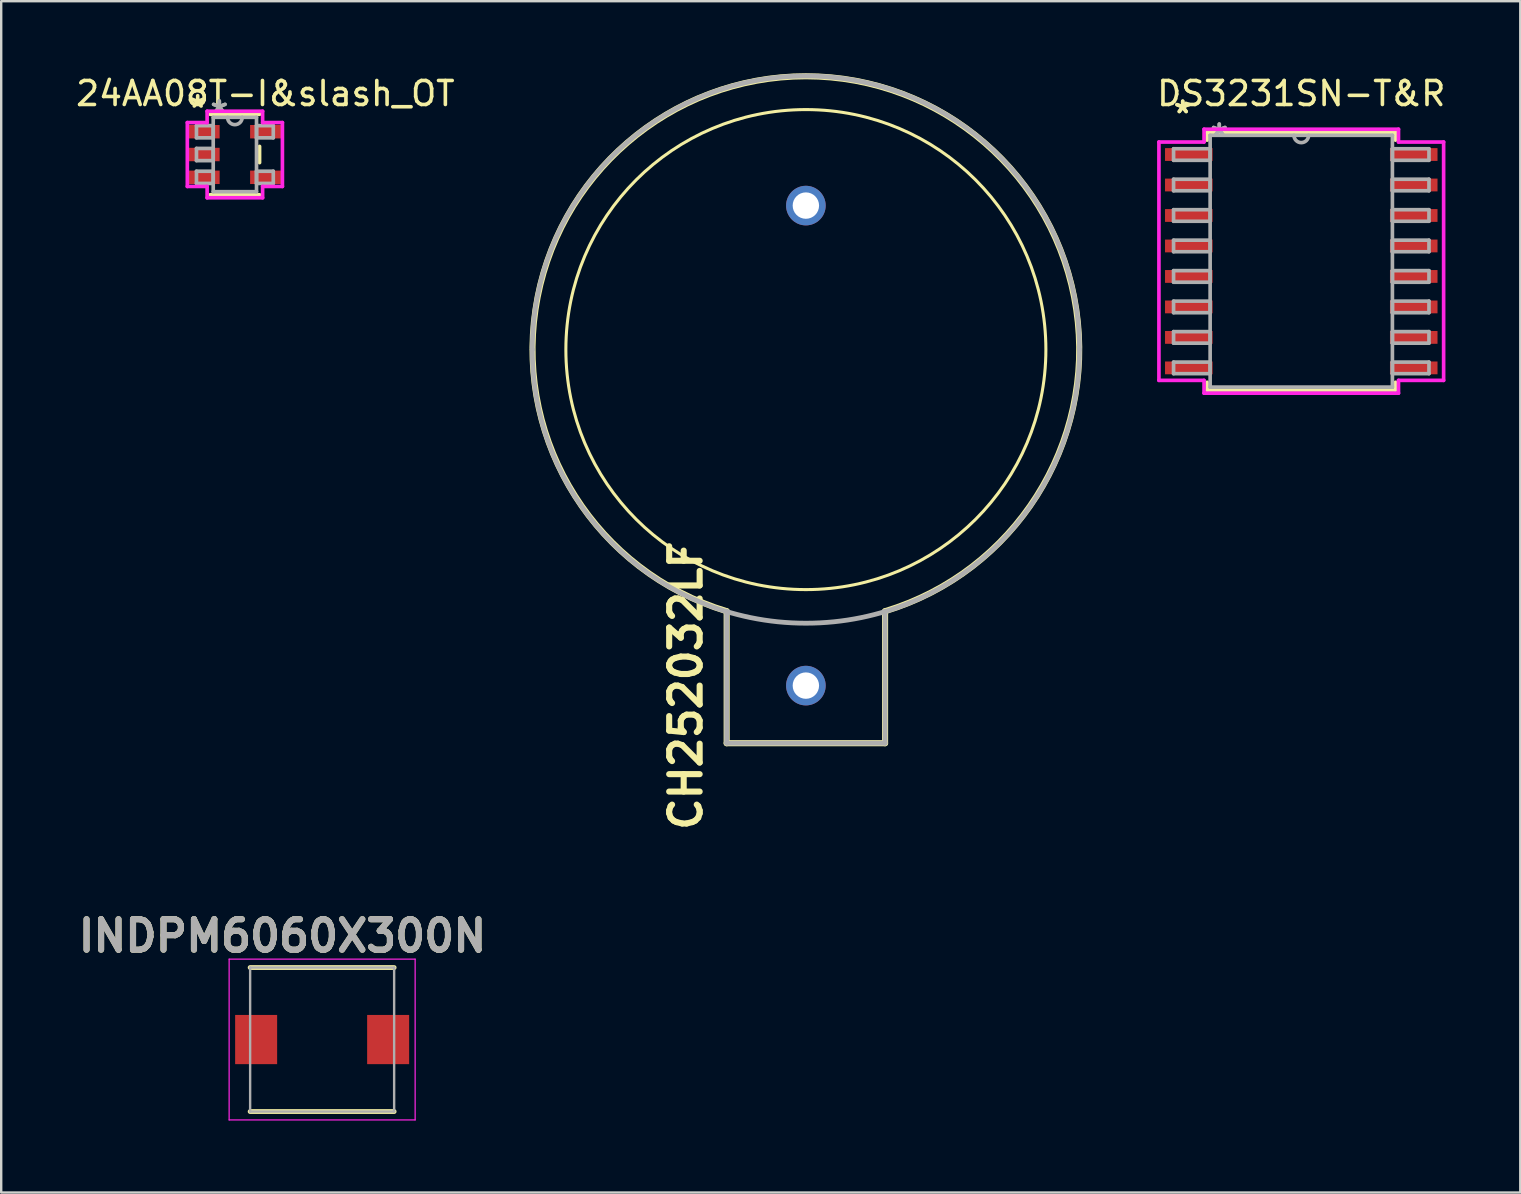
<source format=kicad_pcb>
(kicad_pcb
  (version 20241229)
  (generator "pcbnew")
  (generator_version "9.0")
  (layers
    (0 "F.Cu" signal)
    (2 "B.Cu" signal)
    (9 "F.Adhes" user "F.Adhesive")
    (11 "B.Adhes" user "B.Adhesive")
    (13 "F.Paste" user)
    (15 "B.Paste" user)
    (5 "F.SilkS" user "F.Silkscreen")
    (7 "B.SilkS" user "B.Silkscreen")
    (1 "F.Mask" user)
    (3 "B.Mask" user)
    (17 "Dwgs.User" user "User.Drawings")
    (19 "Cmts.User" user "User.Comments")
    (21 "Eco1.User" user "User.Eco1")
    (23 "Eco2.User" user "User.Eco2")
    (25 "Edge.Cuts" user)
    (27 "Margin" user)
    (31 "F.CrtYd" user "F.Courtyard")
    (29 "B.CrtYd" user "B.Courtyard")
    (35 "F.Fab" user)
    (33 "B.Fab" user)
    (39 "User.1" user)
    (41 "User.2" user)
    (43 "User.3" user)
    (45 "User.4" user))
  (footprint "CH252032LF"
    (layer "F.Cu")
    (at 30.527 5.516)
    (property "Reference" "CH252032LF" (at -5 20 90) (layer "F.SilkS") (effects (font (size 1.27 1.27) (thickness 0.254))))
    (attr through_hole)
    (fp_line (start -11.4 6) (end -11.4 6) (stroke (width 0.1) (type solid)) (layer "F.SilkS"))
    (fp_line (start -3.3 16.9) (end -3.3 22.4) (stroke (width 0.254) (type solid)) (layer "F.SilkS"))
    (fp_line (start -3.3 22.4) (end 3.3 22.4) (stroke (width 0.254) (type solid)) (layer "F.SilkS"))
    (fp_line (start 3.3 22.4) (end 3.3 16.9) (stroke (width 0.254) (type solid)) (layer "F.SilkS"))
    (fp_line (start 11.4 6) (end 11.4 6) (stroke (width 0.1) (type solid)) (layer "F.SilkS"))
    (fp_arc (start -3.3 16.9) (mid 0 -5.388591) (end 3.3 16.9) (stroke (width 0.254) (type solid)) (layer "F.SilkS"))
    (fp_circle (center 0 6) (end 10 6) (stroke (width 0.127) (type solid)) (fill no) (layer "F.SilkS"))
    (fp_line (start -11.4 6) (end -11.4 6) (stroke (width 0.2) (type solid)) (layer "F.Fab"))
    (fp_line (start -3.3 16.9) (end -3.3 22.4) (stroke (width 0.2) (type solid)) (layer "F.Fab"))
    (fp_line (start -3.3 22.4) (end 3.3 22.4) (stroke (width 0.2) (type solid)) (layer "F.Fab"))
    (fp_line (start 3.3 22.4) (end 3.3 16.9) (stroke (width 0.2) (type solid)) (layer "F.Fab"))
    (fp_line (start 11.4 6) (end 11.4 6) (stroke (width 0.2) (type solid)) (layer "F.Fab"))
    (fp_arc (start -11.4 6) (mid 0 -5.4) (end 11.4 6) (stroke (width 0.2) (type solid)) (layer "F.Fab"))
    (fp_arc (start 11.4 6) (mid 0 17.4) (end -11.4 6) (stroke (width 0.2) (type solid)) (layer "F.Fab"))
    (pad "1" thru_hole circle (at 0 20) (size 1.65 1.65) (drill 1.1) (layers "*.Cu" "*.Mask"))
    (pad "2" thru_hole circle (at 0 0) (size 1.65 1.65) (drill 1.1) (layers "*.Cu" "*.Mask")))
  (footprint "24AA08T-I&slash_OT"
    (layer "F.Cu")
    (at 6.736 3.388)
    (property "Reference" "24AA08T-I&slash_OT" (at 1.27 -2.54 0) (layer "F.SilkS") (effects (font (size 1 1) (thickness 0.15))))
    (attr smd)
    (fp_line (start -1.029 1.676) (end 1.029 1.676) (stroke (width 0.152) (type solid)) (layer "F.SilkS"))
    (fp_line (start 1.029 -1.676) (end -1.029 -1.676) (stroke (width 0.152) (type solid)) (layer "F.SilkS"))
    (fp_line (start 1.029 0.338) (end 1.029 -0.338) (stroke (width 0.152) (type solid)) (layer "F.SilkS"))
    (fp_line (start -1.981 -1.331) (end -1.156 -1.331) (stroke (width 0.152) (type solid)) (layer "F.CrtYd"))
    (fp_line (start -1.981 1.331) (end -1.981 -1.331) (stroke (width 0.152) (type solid)) (layer "F.CrtYd"))
    (fp_line (start -1.156 -1.803) (end 1.156 -1.803) (stroke (width 0.152) (type solid)) (layer "F.CrtYd"))
    (fp_line (start -1.156 -1.331) (end -1.156 -1.803) (stroke (width 0.152) (type solid)) (layer "F.CrtYd"))
    (fp_line (start -1.156 1.331) (end -1.981 1.331) (stroke (width 0.152) (type solid)) (layer "F.CrtYd"))
    (fp_line (start -1.156 1.803) (end -1.156 1.331) (stroke (width 0.152) (type solid)) (layer "F.CrtYd"))
    (fp_line (start 1.156 -1.803) (end 1.156 -1.331) (stroke (width 0.152) (type solid)) (layer "F.CrtYd"))
    (fp_line (start 1.156 -1.331) (end 1.981 -1.331) (stroke (width 0.152) (type solid)) (layer "F.CrtYd"))
    (fp_line (start 1.156 1.331) (end 1.156 1.803) (stroke (width 0.152) (type solid)) (layer "F.CrtYd"))
    (fp_line (start 1.156 1.803) (end -1.156 1.803) (stroke (width 0.152) (type solid)) (layer "F.CrtYd"))
    (fp_line (start 1.981 -1.331) (end 1.981 1.331) (stroke (width 0.152) (type solid)) (layer "F.CrtYd"))
    (fp_line (start 1.981 1.331) (end 1.156 1.331) (stroke (width 0.152) (type solid)) (layer "F.CrtYd"))
    (fp_line (start -1.6 -1.204) (end -1.6 -0.696) (stroke (width 0.152) (type solid)) (layer "F.Fab"))
    (fp_line (start -1.6 -0.696) (end -0.902 -0.696) (stroke (width 0.152) (type solid)) (layer "F.Fab"))
    (fp_line (start -1.6 -0.254) (end -1.6 0.254) (stroke (width 0.152) (type solid)) (layer "F.Fab"))
    (fp_line (start -1.6 0.254) (end -0.902 0.254) (stroke (width 0.152) (type solid)) (layer "F.Fab"))
    (fp_line (start -1.6 0.696) (end -1.6 1.204) (stroke (width 0.152) (type solid)) (layer "F.Fab"))
    (fp_line (start -1.6 1.204) (end -0.902 1.204) (stroke (width 0.152) (type solid)) (layer "F.Fab"))
    (fp_line (start -0.902 -1.549) (end -0.902 1.549) (stroke (width 0.152) (type solid)) (layer "F.Fab"))
    (fp_line (start -0.902 -1.204) (end -1.6 -1.204) (stroke (width 0.152) (type solid)) (layer "F.Fab"))
    (fp_line (start -0.902 -0.696) (end -0.902 -1.204) (stroke (width 0.152) (type solid)) (layer "F.Fab"))
    (fp_line (start -0.902 -0.254) (end -1.6 -0.254) (stroke (width 0.152) (type solid)) (layer "F.Fab"))
    (fp_line (start -0.902 0.254) (end -0.902 -0.254) (stroke (width 0.152) (type solid)) (layer "F.Fab"))
    (fp_line (start -0.902 0.696) (end -1.6 0.696) (stroke (width 0.152) (type solid)) (layer "F.Fab"))
    (fp_line (start -0.902 1.204) (end -0.902 0.696) (stroke (width 0.152) (type solid)) (layer "F.Fab"))
    (fp_line (start -0.902 1.549) (end 0.902 1.549) (stroke (width 0.152) (type solid)) (layer "F.Fab"))
    (fp_line (start 0.902 -1.549) (end -0.902 -1.549) (stroke (width 0.152) (type solid)) (layer "F.Fab"))
    (fp_line (start 0.902 -1.204) (end 0.902 -0.696) (stroke (width 0.152) (type solid)) (layer "F.Fab"))
    (fp_line (start 0.902 -0.696) (end 1.6 -0.696) (stroke (width 0.152) (type solid)) (layer "F.Fab"))
    (fp_line (start 0.902 0.696) (end 0.902 1.204) (stroke (width 0.152) (type solid)) (layer "F.Fab"))
    (fp_line (start 0.902 1.204) (end 1.6 1.204) (stroke (width 0.152) (type solid)) (layer "F.Fab"))
    (fp_line (start 0.902 1.549) (end 0.902 -1.549) (stroke (width 0.152) (type solid)) (layer "F.Fab"))
    (fp_line (start 1.6 -1.204) (end 0.902 -1.204) (stroke (width 0.152) (type solid)) (layer "F.Fab"))
    (fp_line (start 1.6 -0.696) (end 1.6 -1.204) (stroke (width 0.152) (type solid)) (layer "F.Fab"))
    (fp_line (start 1.6 0.696) (end 0.902 0.696) (stroke (width 0.152) (type solid)) (layer "F.Fab"))
    (fp_line (start 1.6 1.204) (end 1.6 0.696) (stroke (width 0.152) (type solid)) (layer "F.Fab"))
    (fp_arc (start 0.3048 -1.5494) (mid 0 -1.2446) (end -0.3048 -1.5494) (stroke (width 0.1524) (type solid)) (layer "F.Fab"))
    (fp_text user "*" (at -1.549 -1.905 0) (layer "F.SilkS") (effects (font (size 1 1) (thickness 0.15))))
    (fp_text user "*" (at -0.648 -1.687 0) (layer "F.Fab") (effects (font (size 1 1) (thickness 0.15))))
    (fp_text user "*" (at -0.648 -1.687 0) (layer "F.Fab") (effects (font (size 1 1) (thickness 0.15))))
    (pad "1" smd rect (at -1.295 -0.95) (size 1.321 0.559) (layers "F.Cu" "F.Mask" "F.Paste"))
    (pad "2" smd rect (at -1.295 0) (size 1.321 0.559) (layers "F.Cu" "F.Mask" "F.Paste"))
    (pad "3" smd rect (at -1.295 0.95) (size 1.321 0.559) (layers "F.Cu" "F.Mask" "F.Paste"))
    (pad "4" smd rect (at 1.295 0.95) (size 1.321 0.559) (layers "F.Cu" "F.Mask" "F.Paste"))
    (pad "5" smd rect (at 1.295 -0.95) (size 1.321 0.559) (layers "F.Cu" "F.Mask" "F.Paste")))
  (footprint "DS3231SN-T&R"
    (layer "F.Cu")
    (at 51.168 7.833)
    (property "Reference" "DS3231SN-T&R" (at 0 -6.985 0) (layer "F.SilkS") (effects (font (size 1 1) (thickness 0.15))))
    (attr smd)
    (fp_line (start -3.924 -5.372) (end -3.924 -5.044) (stroke (width 0.152) (type solid)) (layer "F.SilkS"))
    (fp_line (start -3.924 5.044) (end -3.924 5.372) (stroke (width 0.152) (type solid)) (layer "F.SilkS"))
    (fp_line (start -3.924 5.372) (end 3.924 5.372) (stroke (width 0.152) (type solid)) (layer "F.SilkS"))
    (fp_line (start 3.924 -5.372) (end -3.924 -5.372) (stroke (width 0.152) (type solid)) (layer "F.SilkS"))
    (fp_line (start 3.924 -5.044) (end 3.924 -5.372) (stroke (width 0.152) (type solid)) (layer "F.SilkS"))
    (fp_line (start 3.924 5.372) (end 3.924 5.044) (stroke (width 0.152) (type solid)) (layer "F.SilkS"))
    (fp_line (start -5.931 -4.966) (end -4.051 -4.966) (stroke (width 0.152) (type solid)) (layer "F.CrtYd"))
    (fp_line (start -5.931 4.966) (end -5.931 -4.966) (stroke (width 0.152) (type solid)) (layer "F.CrtYd"))
    (fp_line (start -4.051 -5.499) (end 4.051 -5.499) (stroke (width 0.152) (type solid)) (layer "F.CrtYd"))
    (fp_line (start -4.051 -4.966) (end -4.051 -5.499) (stroke (width 0.152) (type solid)) (layer "F.CrtYd"))
    (fp_line (start -4.051 4.966) (end -5.931 4.966) (stroke (width 0.152) (type solid)) (layer "F.CrtYd"))
    (fp_line (start -4.051 5.499) (end -4.051 4.966) (stroke (width 0.152) (type solid)) (layer "F.CrtYd"))
    (fp_line (start 4.051 -5.499) (end 4.051 -4.966) (stroke (width 0.152) (type solid)) (layer "F.CrtYd"))
    (fp_line (start 4.051 -4.966) (end 5.931 -4.966) (stroke (width 0.152) (type solid)) (layer "F.CrtYd"))
    (fp_line (start 4.051 4.966) (end 4.051 5.499) (stroke (width 0.152) (type solid)) (layer "F.CrtYd"))
    (fp_line (start 4.051 5.499) (end -4.051 5.499) (stroke (width 0.152) (type solid)) (layer "F.CrtYd"))
    (fp_line (start 5.931 -4.966) (end 5.931 4.966) (stroke (width 0.152) (type solid)) (layer "F.CrtYd"))
    (fp_line (start 5.931 4.966) (end 4.051 4.966) (stroke (width 0.152) (type solid)) (layer "F.CrtYd"))
    (fp_line (start -5.321 -4.686) (end -5.321 -4.204) (stroke (width 0.152) (type solid)) (layer "F.Fab"))
    (fp_line (start -5.321 -4.204) (end -3.797 -4.204) (stroke (width 0.152) (type solid)) (layer "F.Fab"))
    (fp_line (start -5.321 -3.416) (end -5.321 -2.934) (stroke (width 0.152) (type solid)) (layer "F.Fab"))
    (fp_line (start -5.321 -2.934) (end -3.797 -2.934) (stroke (width 0.152) (type solid)) (layer "F.Fab"))
    (fp_line (start -5.321 -2.146) (end -5.321 -1.664) (stroke (width 0.152) (type solid)) (layer "F.Fab"))
    (fp_line (start -5.321 -1.664) (end -3.797 -1.664) (stroke (width 0.152) (type solid)) (layer "F.Fab"))
    (fp_line (start -5.321 -0.876) (end -5.321 -0.394) (stroke (width 0.152) (type solid)) (layer "F.Fab"))
    (fp_line (start -5.321 -0.394) (end -3.797 -0.394) (stroke (width 0.152) (type solid)) (layer "F.Fab"))
    (fp_line (start -5.321 0.394) (end -5.321 0.876) (stroke (width 0.152) (type solid)) (layer "F.Fab"))
    (fp_line (start -5.321 0.876) (end -3.797 0.876) (stroke (width 0.152) (type solid)) (layer "F.Fab"))
    (fp_line (start -5.321 1.664) (end -5.321 2.146) (stroke (width 0.152) (type solid)) (layer "F.Fab"))
    (fp_line (start -5.321 2.146) (end -3.797 2.146) (stroke (width 0.152) (type solid)) (layer "F.Fab"))
    (fp_line (start -5.321 2.934) (end -5.321 3.416) (stroke (width 0.152) (type solid)) (layer "F.Fab"))
    (fp_line (start -5.321 3.416) (end -3.797 3.416) (stroke (width 0.152) (type solid)) (layer "F.Fab"))
    (fp_line (start -5.321 4.204) (end -5.321 4.686) (stroke (width 0.152) (type solid)) (layer "F.Fab"))
    (fp_line (start -5.321 4.686) (end -3.797 4.686) (stroke (width 0.152) (type solid)) (layer "F.Fab"))
    (fp_line (start -3.797 -5.245) (end -3.797 5.245) (stroke (width 0.152) (type solid)) (layer "F.Fab"))
    (fp_line (start -3.797 -4.686) (end -5.321 -4.686) (stroke (width 0.152) (type solid)) (layer "F.Fab"))
    (fp_line (start -3.797 -4.204) (end -3.797 -4.686) (stroke (width 0.152) (type solid)) (layer "F.Fab"))
    (fp_line (start -3.797 -3.416) (end -5.321 -3.416) (stroke (width 0.152) (type solid)) (layer "F.Fab"))
    (fp_line (start -3.797 -2.934) (end -3.797 -3.416) (stroke (width 0.152) (type solid)) (layer "F.Fab"))
    (fp_line (start -3.797 -2.146) (end -5.321 -2.146) (stroke (width 0.152) (type solid)) (layer "F.Fab"))
    (fp_line (start -3.797 -1.664) (end -3.797 -2.146) (stroke (width 0.152) (type solid)) (layer "F.Fab"))
    (fp_line (start -3.797 -0.876) (end -5.321 -0.876) (stroke (width 0.152) (type solid)) (layer "F.Fab"))
    (fp_line (start -3.797 -0.394) (end -3.797 -0.876) (stroke (width 0.152) (type solid)) (layer "F.Fab"))
    (fp_line (start -3.797 0.394) (end -5.321 0.394) (stroke (width 0.152) (type solid)) (layer "F.Fab"))
    (fp_line (start -3.797 0.876) (end -3.797 0.394) (stroke (width 0.152) (type solid)) (layer "F.Fab"))
    (fp_line (start -3.797 1.664) (end -5.321 1.664) (stroke (width 0.152) (type solid)) (layer "F.Fab"))
    (fp_line (start -3.797 2.146) (end -3.797 1.664) (stroke (width 0.152) (type solid)) (layer "F.Fab"))
    (fp_line (start -3.797 2.934) (end -5.321 2.934) (stroke (width 0.152) (type solid)) (layer "F.Fab"))
    (fp_line (start -3.797 3.416) (end -3.797 2.934) (stroke (width 0.152) (type solid)) (layer "F.Fab"))
    (fp_line (start -3.797 4.204) (end -5.321 4.204) (stroke (width 0.152) (type solid)) (layer "F.Fab"))
    (fp_line (start -3.797 4.686) (end -3.797 4.204) (stroke (width 0.152) (type solid)) (layer "F.Fab"))
    (fp_line (start -3.797 5.245) (end 3.797 5.245) (stroke (width 0.152) (type solid)) (layer "F.Fab"))
    (fp_line (start 3.797 -5.245) (end -3.797 -5.245) (stroke (width 0.152) (type solid)) (layer "F.Fab"))
    (fp_line (start 3.797 -4.686) (end 3.797 -4.204) (stroke (width 0.152) (type solid)) (layer "F.Fab"))
    (fp_line (start 3.797 -4.204) (end 5.321 -4.204) (stroke (width 0.152) (type solid)) (layer "F.Fab"))
    (fp_line (start 3.797 -3.416) (end 3.797 -2.934) (stroke (width 0.152) (type solid)) (layer "F.Fab"))
    (fp_line (start 3.797 -2.934) (end 5.321 -2.934) (stroke (width 0.152) (type solid)) (layer "F.Fab"))
    (fp_line (start 3.797 -2.146) (end 3.797 -1.664) (stroke (width 0.152) (type solid)) (layer "F.Fab"))
    (fp_line (start 3.797 -1.664) (end 5.321 -1.664) (stroke (width 0.152) (type solid)) (layer "F.Fab"))
    (fp_line (start 3.797 -0.876) (end 3.797 -0.394) (stroke (width 0.152) (type solid)) (layer "F.Fab"))
    (fp_line (start 3.797 -0.394) (end 5.321 -0.394) (stroke (width 0.152) (type solid)) (layer "F.Fab"))
    (fp_line (start 3.797 0.394) (end 3.797 0.876) (stroke (width 0.152) (type solid)) (layer "F.Fab"))
    (fp_line (start 3.797 0.876) (end 5.321 0.876) (stroke (width 0.152) (type solid)) (layer "F.Fab"))
    (fp_line (start 3.797 1.664) (end 3.797 2.146) (stroke (width 0.152) (type solid)) (layer "F.Fab"))
    (fp_line (start 3.797 2.146) (end 5.321 2.146) (stroke (width 0.152) (type solid)) (layer "F.Fab"))
    (fp_line (start 3.797 2.934) (end 3.797 3.416) (stroke (width 0.152) (type solid)) (layer "F.Fab"))
    (fp_line (start 3.797 3.416) (end 5.321 3.416) (stroke (width 0.152) (type solid)) (layer "F.Fab"))
    (fp_line (start 3.797 4.204) (end 3.797 4.686) (stroke (width 0.152) (type solid)) (layer "F.Fab"))
    (fp_line (start 3.797 4.686) (end 5.321 4.686) (stroke (width 0.152) (type solid)) (layer "F.Fab"))
    (fp_line (start 3.797 5.245) (end 3.797 -5.245) (stroke (width 0.152) (type solid)) (layer "F.Fab"))
    (fp_line (start 5.321 -4.686) (end 3.797 -4.686) (stroke (width 0.152) (type solid)) (layer "F.Fab"))
    (fp_line (start 5.321 -4.204) (end 5.321 -4.686) (stroke (width 0.152) (type solid)) (layer "F.Fab"))
    (fp_line (start 5.321 -3.416) (end 3.797 -3.416) (stroke (width 0.152) (type solid)) (layer "F.Fab"))
    (fp_line (start 5.321 -2.934) (end 5.321 -3.416) (stroke (width 0.152) (type solid)) (layer "F.Fab"))
    (fp_line (start 5.321 -2.146) (end 3.797 -2.146) (stroke (width 0.152) (type solid)) (layer "F.Fab"))
    (fp_line (start 5.321 -1.664) (end 5.321 -2.146) (stroke (width 0.152) (type solid)) (layer "F.Fab"))
    (fp_line (start 5.321 -0.876) (end 3.797 -0.876) (stroke (width 0.152) (type solid)) (layer "F.Fab"))
    (fp_line (start 5.321 -0.394) (end 5.321 -0.876) (stroke (width 0.152) (type solid)) (layer "F.Fab"))
    (fp_line (start 5.321 0.394) (end 3.797 0.394) (stroke (width 0.152) (type solid)) (layer "F.Fab"))
    (fp_line (start 5.321 0.876) (end 5.321 0.394) (stroke (width 0.152) (type solid)) (layer "F.Fab"))
    (fp_line (start 5.321 1.664) (end 3.797 1.664) (stroke (width 0.152) (type solid)) (layer "F.Fab"))
    (fp_line (start 5.321 2.146) (end 5.321 1.664) (stroke (width 0.152) (type solid)) (layer "F.Fab"))
    (fp_line (start 5.321 2.934) (end 3.797 2.934) (stroke (width 0.152) (type solid)) (layer "F.Fab"))
    (fp_line (start 5.321 3.416) (end 5.321 2.934) (stroke (width 0.152) (type solid)) (layer "F.Fab"))
    (fp_line (start 5.321 4.204) (end 3.797 4.204) (stroke (width 0.152) (type solid)) (layer "F.Fab"))
    (fp_line (start 5.321 4.686) (end 5.321 4.204) (stroke (width 0.152) (type solid)) (layer "F.Fab"))
    (fp_arc (start 0.3048 -5.2451) (mid 0 -4.9403) (end -0.3048 -5.2451) (stroke (width 0.1524) (type solid)) (layer "F.Fab"))
    (fp_text user "*" (at -4.94 -6.121 0) (layer "F.SilkS") (effects (font (size 1 1) (thickness 0.15))))
    (fp_text user "*" (at -4.94 -6.121 0) (layer "F.SilkS") (effects (font (size 1 1) (thickness 0.15))))
    (fp_text user "*" (at -3.416 -5.169 0) (layer "F.Fab") (effects (font (size 1 1) (thickness 0.15))))
    (fp_text user "*" (at -3.416 -5.169 0) (layer "F.Fab") (effects (font (size 1 1) (thickness 0.15))))
    (pad "1" smd rect (at -4.686 -4.445) (size 1.981 0.533) (layers "F.Cu" "F.Mask" "F.Paste"))
    (pad "2" smd rect (at -4.686 -3.175) (size 1.981 0.533) (layers "F.Cu" "F.Mask" "F.Paste"))
    (pad "3" smd rect (at -4.686 -1.905) (size 1.981 0.533) (layers "F.Cu" "F.Mask" "F.Paste"))
    (pad "4" smd rect (at -4.686 -0.635) (size 1.981 0.533) (layers "F.Cu" "F.Mask" "F.Paste"))
    (pad "5" smd rect (at -4.686 0.635) (size 1.981 0.533) (layers "F.Cu" "F.Mask" "F.Paste"))
    (pad "6" smd rect (at -4.686 1.905) (size 1.981 0.533) (layers "F.Cu" "F.Mask" "F.Paste"))
    (pad "7" smd rect (at -4.686 3.175) (size 1.981 0.533) (layers "F.Cu" "F.Mask" "F.Paste"))
    (pad "8" smd rect (at -4.686 4.445) (size 1.981 0.533) (layers "F.Cu" "F.Mask" "F.Paste"))
    (pad "9" smd rect (at 4.686 4.445) (size 1.981 0.533) (layers "F.Cu" "F.Mask" "F.Paste"))
    (pad "10" smd rect (at 4.686 3.175) (size 1.981 0.533) (layers "F.Cu" "F.Mask" "F.Paste"))
    (pad "11" smd rect (at 4.686 1.905) (size 1.981 0.533) (layers "F.Cu" "F.Mask" "F.Paste"))
    (pad "12" smd rect (at 4.686 0.635) (size 1.981 0.533) (layers "F.Cu" "F.Mask" "F.Paste"))
    (pad "13" smd rect (at 4.686 -0.635) (size 1.981 0.533) (layers "F.Cu" "F.Mask" "F.Paste"))
    (pad "14" smd rect (at 4.686 -1.905) (size 1.981 0.533) (layers "F.Cu" "F.Mask" "F.Paste"))
    (pad "15" smd rect (at 4.686 -3.175) (size 1.981 0.533) (layers "F.Cu" "F.Mask" "F.Paste"))
    (pad "16" smd rect (at 4.686 -4.445) (size 1.981 0.533) (layers "F.Cu" "F.Mask" "F.Paste")))
  (footprint "INDPM6060X300N"
    (layer "F.Cu")
    (at 10.372 40.263)
    (property "Reference" "INDPM6060X300N" (at -1.651 -4.318 0) (layer "F.SilkS") (effects (font (size 1.27 1.27) (thickness 0.254))))
    (attr smd)
    (fp_line (start -3 3) (end 3 3) (stroke (width 0.2) (type solid)) (layer "F.SilkS"))
    (fp_line (start 3 -3) (end -3 -3) (stroke (width 0.2) (type solid)) (layer "F.SilkS"))
    (fp_line (start -3.875 -3.35) (end 3.875 -3.35) (stroke (width 0.05) (type solid)) (layer "F.CrtYd"))
    (fp_line (start -3.875 3.35) (end -3.875 -3.35) (stroke (width 0.05) (type solid)) (layer "F.CrtYd"))
    (fp_line (start 3.875 -3.35) (end 3.875 3.35) (stroke (width 0.05) (type solid)) (layer "F.CrtYd"))
    (fp_line (start 3.875 3.35) (end -3.875 3.35) (stroke (width 0.05) (type solid)) (layer "F.CrtYd"))
    (fp_line (start -3 -3) (end 3 -3) (stroke (width 0.1) (type solid)) (layer "F.Fab"))
    (fp_line (start -3 3) (end -3 -3) (stroke (width 0.1) (type solid)) (layer "F.Fab"))
    (fp_line (start 3 -3) (end 3 3) (stroke (width 0.1) (type solid)) (layer "F.Fab"))
    (fp_line (start 3 3) (end -3 3) (stroke (width 0.1) (type solid)) (layer "F.Fab"))
    (fp_text user "${REFERENCE}" (at -1.651 -4.318 0) (layer "F.Fab") (effects (font (size 1.27 1.27) (thickness 0.254))))
    (pad "1" smd rect (at -2.75 0) (size 1.75 2.05) (layers "F.Cu" "F.Mask" "F.Paste"))
    (pad "2" smd rect (at 2.75 0) (size 1.75 2.05) (layers "F.Cu" "F.Mask" "F.Paste")))
  (gr_rect
    (start -3 -3)
    (end 60.293 46.638)
    (stroke (width 0.1) (type default))
    (fill no)
    (layer "Edge.Cuts")))
</source>
